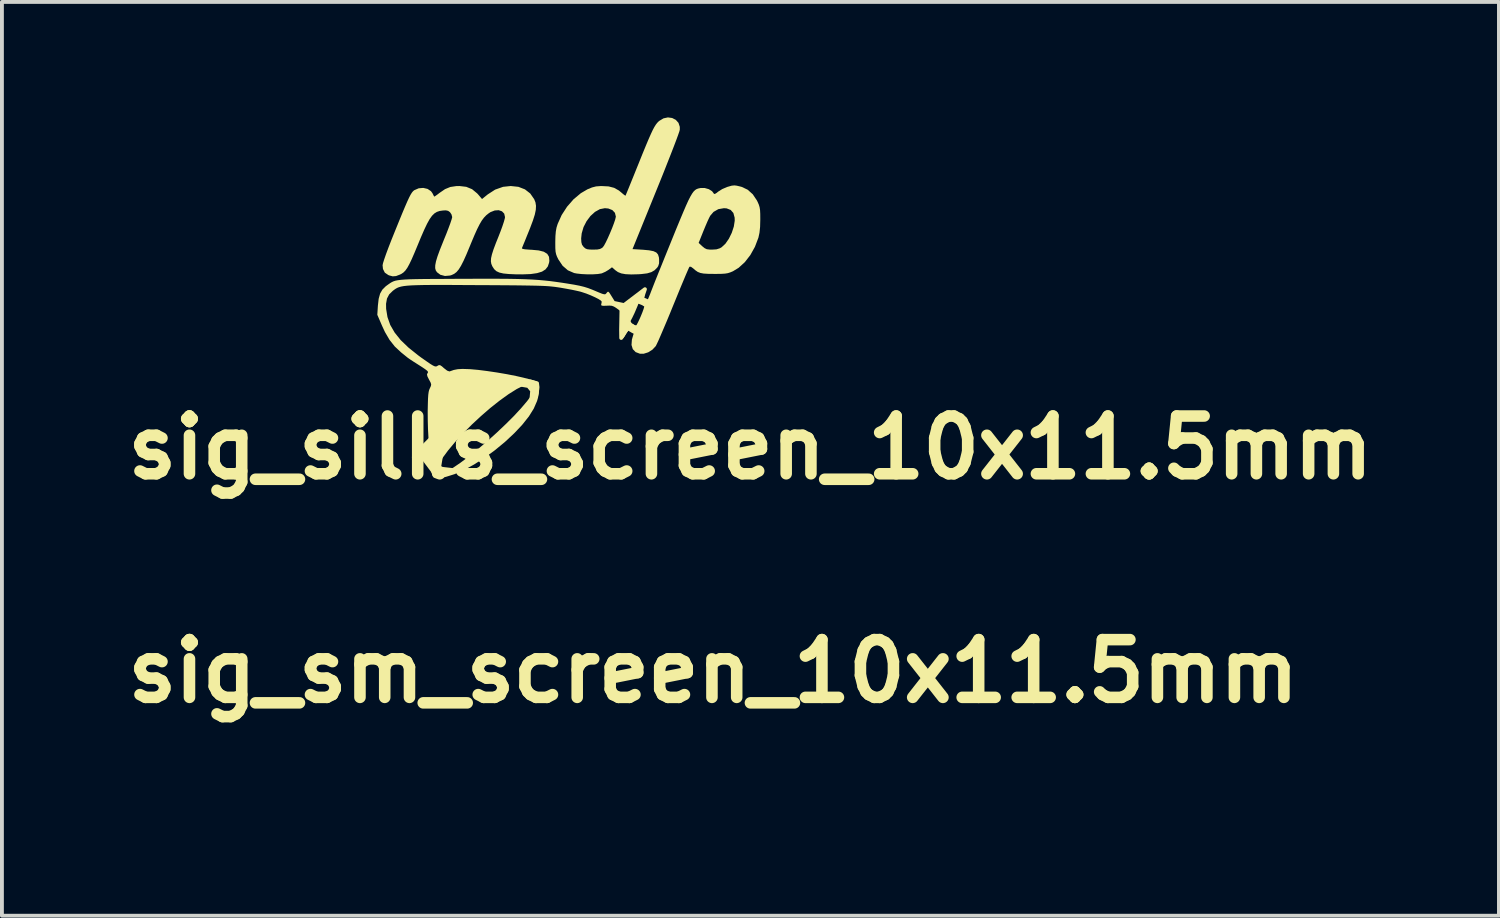
<source format=kicad_pcb>
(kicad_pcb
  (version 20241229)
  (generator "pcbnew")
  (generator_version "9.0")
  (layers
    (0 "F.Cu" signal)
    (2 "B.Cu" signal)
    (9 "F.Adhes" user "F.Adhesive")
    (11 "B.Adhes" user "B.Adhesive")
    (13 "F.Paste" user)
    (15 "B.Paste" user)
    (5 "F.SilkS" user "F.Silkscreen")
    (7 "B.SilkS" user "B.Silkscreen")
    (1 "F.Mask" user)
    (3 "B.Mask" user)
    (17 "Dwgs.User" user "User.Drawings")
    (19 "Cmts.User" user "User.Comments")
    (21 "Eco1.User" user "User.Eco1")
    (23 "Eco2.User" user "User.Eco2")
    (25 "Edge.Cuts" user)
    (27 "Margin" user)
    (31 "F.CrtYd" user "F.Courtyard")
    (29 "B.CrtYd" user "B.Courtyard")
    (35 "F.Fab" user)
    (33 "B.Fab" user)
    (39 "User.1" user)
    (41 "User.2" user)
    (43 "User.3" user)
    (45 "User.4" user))
  (footprint "sig_silks_screen_10x11.5mm"
    (layer "F.Cu")
    (at 11.763 5.748)
    (property "Reference" "sig_silks_screen_10x11.5mm" (at 4.68 2.83 0) (layer "F.SilkS") (effects (font (size 1.5 1.5) (thickness 0.3))))
    (attr board_only exclude_from_pos_files exclude_from_bom)
    (fp_poly (pts (xy -1.31 1.19) (xy -1.089 1.229) (xy -0.99 1.35) (xy -1.01 1.59) (xy -0.889 1.329) (xy -1.039 1.119)) (stroke (width 0.1) (type solid)) (fill yes) (layer "F.SilkS"))
    (fp_poly (pts (xy -3.36 3.06) (xy -3.41 3.36) (xy -3.301 3.383) (xy -2.98 3.42) (xy -3.3 3.54) (xy -3.54 3.516) (xy -3.551 3.467)) (stroke (width 0.1) (type solid)) (fill yes) (layer "F.SilkS"))
    (fp_poly (pts (xy -0.863 1.157) (xy -0.85 1.26) (xy -0.886 1.482) (xy -0.914 1.344) (xy -0.976 1.202) (xy -1.014 1.167) (xy -1.284 1.124) (xy -1.026 1.112)) (stroke (width 0.1) (type solid)) (fill yes) (layer "F.SilkS"))
    (fp_poly (pts (xy 1.33 -0.76) (xy 1.32 -0.233) (xy 1.323 -0.019) (xy 1.46 -0.23) (xy 1.5 -0.27) (xy 1.626 -0.196) (xy 1.76 -0.13) (xy 1.78 -0.28) (xy 1.661 -0.302) (xy 1.57 -0.36) (xy 1.55 -0.38)) (stroke (width 0.1) (type solid)) (fill yes) (layer "F.SilkS"))
    (fp_poly (pts (xy 1.94 -1.286) (xy 1.38 -0.86) (xy 1.6 -0.7) (xy 1.72 -0.97) (xy 1.866 -0.964) (xy 1.972 -0.88) (xy 2.086 -0.804) (xy 2.106 -0.924) (xy 1.99 -0.98) (xy 1.9 -1.02) (xy 1.83 -0.96)) (stroke (width 0.1) (type solid)) (fill yes) (layer "F.SilkS"))
    (fp_poly (pts (xy 2.647 -5.733) (xy 2.741 -5.685) (xy 2.811 -5.607) (xy 2.845 -5.504) (xy 2.845 -5.428) (xy 2.833 -5.383) (xy 2.802 -5.293) (xy 2.754 -5.162) (xy 2.691 -4.996) (xy 2.615 -4.8) (xy 2.527 -4.577) (xy 2.431 -4.333) (xy 2.326 -4.072) (xy 2.224 -3.821) (xy 1.617 -2.327) (xy 1.887 -2.311) (xy 2.047 -2.296) (xy 2.16 -2.274) (xy 2.235 -2.239) (xy 2.28 -2.186) (xy 2.303 -2.111) (xy 2.308 -2.054) (xy 2.307 -1.956) (xy 2.284 -1.885) (xy 2.259 -1.848) (xy 2.19 -1.778) (xy 2.106 -1.729) (xy 1.996 -1.697) (xy 1.848 -1.679) (xy 1.772 -1.674) (xy 1.582 -1.669) (xy 1.436 -1.676) (xy 1.325 -1.696) (xy 1.238 -1.731) (xy 1.173 -1.777) (xy 1.084 -1.855) (xy 0.994 -1.788) (xy 0.909 -1.737) (xy 0.82 -1.698) (xy 0.808 -1.695) (xy 0.715 -1.68) (xy 0.586 -1.672) (xy 0.44 -1.672) (xy 0.295 -1.679) (xy 0.168 -1.693) (xy 0.1 -1.706) (xy -0.063 -1.777) (xy -0.199 -1.895) (xy -0.309 -2.059) (xy -0.309 -2.059) (xy -0.345 -2.132) (xy -0.368 -2.195) (xy -0.382 -2.262) (xy -0.388 -2.349) (xy -0.389 -2.47) (xy -0.389 -2.514) (xy -0.387 -2.605) (xy 0.283 -2.605) (xy 0.288 -2.508) (xy 0.305 -2.442) (xy 0.343 -2.389) (xy 0.348 -2.383) (xy 0.39 -2.346) (xy 0.437 -2.325) (xy 0.506 -2.316) (xy 0.595 -2.314) (xy 0.701 -2.317) (xy 0.771 -2.33) (xy 0.822 -2.356) (xy 0.845 -2.375) (xy 0.878 -2.42) (xy 0.924 -2.505) (xy 0.977 -2.616) (xy 1.033 -2.743) (xy 1.087 -2.873) (xy 1.133 -2.994) (xy 1.167 -3.095) (xy 1.183 -3.163) (xy 1.184 -3.173) (xy 1.16 -3.27) (xy 1.093 -3.341) (xy 0.988 -3.382) (xy 0.898 -3.39) (xy 0.769 -3.365) (xy 0.642 -3.294) (xy 0.525 -3.188) (xy 0.424 -3.053) (xy 0.345 -2.9) (xy 0.297 -2.736) (xy 0.283 -2.605) (xy -0.387 -2.605) (xy -0.385 -2.669) (xy -0.375 -2.787) (xy -0.357 -2.886) (xy -0.327 -2.982) (xy -0.223 -3.213) (xy -0.082 -3.43) (xy 0.086 -3.622) (xy 0.274 -3.779) (xy 0.446 -3.88) (xy 0.565 -3.929) (xy 0.67 -3.956) (xy 0.79 -3.965) (xy 0.817 -3.965) (xy 0.995 -3.956) (xy 1.139 -3.919) (xy 1.262 -3.85) (xy 1.323 -3.8) (xy 1.383 -3.749) (xy 1.424 -3.719) (xy 1.436 -3.716) (xy 1.447 -3.743) (xy 1.476 -3.813) (xy 1.521 -3.922) (xy 1.578 -4.063) (xy 1.646 -4.23) (xy 1.721 -4.417) (xy 1.774 -4.547) (xy 1.876 -4.801) (xy 1.962 -5.01) (xy 2.033 -5.179) (xy 2.092 -5.313) (xy 2.141 -5.418) (xy 2.183 -5.497) (xy 2.221 -5.558) (xy 2.256 -5.604) (xy 2.292 -5.641) (xy 2.312 -5.658) (xy 2.422 -5.724) (xy 2.537 -5.748)) (stroke (width 0) (type solid)) (fill yes) (layer "F.SilkS"))
    (fp_poly (pts (xy -1.347 -3.945) (xy -1.177 -3.879) (xy -1.04 -3.772) (xy -0.937 -3.624) (xy -0.904 -3.541) (xy -0.89 -3.452) (xy -0.895 -3.349) (xy -0.921 -3.224) (xy -0.97 -3.07) (xy -1.042 -2.878) (xy -1.074 -2.798) (xy -1.131 -2.658) (xy -1.181 -2.533) (xy -1.222 -2.435) (xy -1.248 -2.371) (xy -1.256 -2.351) (xy -1.24 -2.334) (xy -1.178 -2.322) (xy -1.066 -2.313) (xy -1.002 -2.31) (xy -0.82 -2.293) (xy -0.687 -2.259) (xy -0.598 -2.204) (xy -0.552 -2.127) (xy -0.543 -2.024) (xy -0.55 -1.975) (xy -0.583 -1.877) (xy -0.643 -1.8) (xy -0.734 -1.742) (xy -0.862 -1.703) (xy -1.03 -1.679) (xy -1.243 -1.671) (xy -1.409 -1.672) (xy -1.595 -1.68) (xy -1.737 -1.694) (xy -1.842 -1.718) (xy -1.919 -1.754) (xy -1.976 -1.806) (xy -2.021 -1.875) (xy -2.026 -1.884) (xy -2.051 -1.945) (xy -2.062 -2.012) (xy -2.057 -2.092) (xy -2.034 -2.193) (xy -1.993 -2.322) (xy -1.931 -2.487) (xy -1.87 -2.638) (xy -1.812 -2.786) (xy -1.762 -2.923) (xy -1.724 -3.038) (xy -1.701 -3.122) (xy -1.695 -3.158) (xy -1.716 -3.249) (xy -1.774 -3.309) (xy -1.859 -3.338) (xy -1.962 -3.331) (xy -2.072 -3.288) (xy -2.119 -3.257) (xy -2.183 -3.206) (xy -2.241 -3.145) (xy -2.298 -3.069) (xy -2.356 -2.97) (xy -2.42 -2.843) (xy -2.493 -2.68) (xy -2.579 -2.475) (xy -2.609 -2.402) (xy -2.697 -2.19) (xy -2.772 -2.023) (xy -2.838 -1.894) (xy -2.897 -1.799) (xy -2.955 -1.731) (xy -3.015 -1.685) (xy -3.081 -1.654) (xy -3.123 -1.641) (xy -3.255 -1.629) (xy -3.375 -1.661) (xy -3.461 -1.726) (xy -3.493 -1.773) (xy -3.509 -1.832) (xy -3.507 -1.909) (xy -3.488 -2.009) (xy -3.449 -2.138) (xy -3.389 -2.303) (xy -3.307 -2.508) (xy -3.286 -2.561) (xy -3.22 -2.722) (xy -3.163 -2.87) (xy -3.116 -2.997) (xy -3.084 -3.093) (xy -3.068 -3.151) (xy -3.067 -3.16) (xy -3.086 -3.23) (xy -3.124 -3.286) (xy -3.172 -3.321) (xy -3.232 -3.334) (xy -3.309 -3.33) (xy -3.392 -3.318) (xy -3.464 -3.294) (xy -3.529 -3.254) (xy -3.591 -3.193) (xy -3.653 -3.106) (xy -3.719 -2.987) (xy -3.793 -2.832) (xy -3.879 -2.635) (xy -3.959 -2.441) (xy -4.047 -2.23) (xy -4.119 -2.064) (xy -4.18 -1.937) (xy -4.233 -1.841) (xy -4.282 -1.772) (xy -4.331 -1.722) (xy -4.383 -1.686) (xy -4.421 -1.667) (xy -4.526 -1.627) (xy -4.612 -1.62) (xy -4.7 -1.643) (xy -4.727 -1.654) (xy -4.817 -1.716) (xy -4.865 -1.811) (xy -4.875 -1.908) (xy -4.864 -1.962) (xy -4.833 -2.061) (xy -4.784 -2.202) (xy -4.718 -2.379) (xy -4.636 -2.589) (xy -4.546 -2.812) (xy -4.444 -3.063) (xy -4.36 -3.268) (xy -4.29 -3.434) (xy -4.234 -3.563) (xy -4.188 -3.662) (xy -4.15 -3.736) (xy -4.118 -3.788) (xy -4.09 -3.824) (xy -4.063 -3.849) (xy -4.048 -3.859) (xy -3.937 -3.907) (xy -3.818 -3.917) (xy -3.707 -3.891) (xy -3.618 -3.832) (xy -3.579 -3.778) (xy -3.551 -3.722) (xy -3.535 -3.691) (xy -3.535 -3.691) (xy -3.513 -3.701) (xy -3.46 -3.738) (xy -3.393 -3.789) (xy -3.253 -3.885) (xy -3.116 -3.941) (xy -2.962 -3.964) (xy -2.879 -3.966) (xy -2.701 -3.945) (xy -2.55 -3.883) (xy -2.418 -3.774) (xy -2.386 -3.739) (xy -2.292 -3.628) (xy -2.144 -3.748) (xy -1.952 -3.872) (xy -1.745 -3.945) (xy -1.547 -3.966)) (stroke (width 0) (type solid)) (fill yes) (layer "F.SilkS"))
    (fp_poly (pts (xy 4.323 -3.975) (xy 4.409 -3.955) (xy 4.457 -3.942) (xy 4.608 -3.87) (xy 4.741 -3.751) (xy 4.848 -3.591) (xy 4.867 -3.553) (xy 4.898 -3.482) (xy 4.918 -3.416) (xy 4.93 -3.341) (xy 4.935 -3.242) (xy 4.936 -3.105) (xy 4.936 -3.094) (xy 4.931 -2.902) (xy 4.915 -2.751) (xy 4.888 -2.627) (xy 4.887 -2.623) (xy 4.797 -2.387) (xy 4.677 -2.172) (xy 4.534 -1.988) (xy 4.374 -1.842) (xy 4.226 -1.752) (xy 4.157 -1.723) (xy 4.094 -1.703) (xy 4.023 -1.691) (xy 3.93 -1.685) (xy 3.802 -1.683) (xy 3.74 -1.683) (xy 3.582 -1.685) (xy 3.465 -1.692) (xy 3.379 -1.708) (xy 3.311 -1.735) (xy 3.25 -1.777) (xy 3.195 -1.825) (xy 3.136 -1.868) (xy 3.098 -1.87) (xy 3.096 -1.868) (xy 3.081 -1.839) (xy 3.048 -1.764) (xy 2.999 -1.651) (xy 2.938 -1.505) (xy 2.865 -1.331) (xy 2.785 -1.135) (xy 2.698 -0.922) (xy 2.678 -0.874) (xy 2.589 -0.655) (xy 2.503 -0.448) (xy 2.423 -0.26) (xy 2.353 -0.096) (xy 2.295 0.038) (xy 2.25 0.134) (xy 2.223 0.188) (xy 2.221 0.192) (xy 2.135 0.284) (xy 2.024 0.354) (xy 1.906 0.391) (xy 1.812 0.391) (xy 1.698 0.348) (xy 1.624 0.271) (xy 1.591 0.163) (xy 1.601 0.024) (xy 1.633 -0.087) (xy 1.66 -0.169) (xy 1.665 -0.214) (xy 1.646 -0.236) (xy 1.603 -0.246) (xy 1.55 -0.256) (xy 1.502 -0.204) (xy 1.46 -0.15) (xy 1.41 -0.06) (xy 1.375 -0.014) (xy 1.343 -0.019) (xy 1.328 -0.061) (xy 1.333 -0.134) (xy 1.36 -0.233) (xy 1.398 -0.324) (xy 1.432 -0.401) (xy 1.6 -0.39) (xy 1.636 -0.371) (xy 1.651 -0.363) (xy 1.7 -0.34) (xy 1.702 -0.33) (xy 1.722 -0.356) (xy 1.758 -0.422) (xy 1.802 -0.515) (xy 1.83 -0.579) (xy 1.873 -0.684) (xy 1.904 -0.77) (xy 1.92 -0.826) (xy 1.92 -0.84) (xy 1.885 -0.858) (xy 1.87 -0.87) (xy 1.77 -0.91) (xy 1.756 -0.87) (xy 1.685 -0.702) (xy 1.668 -0.663) (xy 1.61 -0.542) (xy 1.55 -0.43) (xy 1.59 -0.391) (xy 1.432 -0.401) (xy 1.439 -0.417) (xy 1.468 -0.495) (xy 1.48 -0.542) (xy 1.48 -0.542) (xy 1.459 -0.578) (xy 1.405 -0.633) (xy 1.326 -0.7) (xy 1.291 -0.727) (xy 1.199 -0.794) (xy 1.133 -0.835) (xy 1.079 -0.855) (xy 1.02 -0.86) (xy 0.948 -0.857) (xy 0.86 -0.854) (xy 0.815 -0.86) (xy 0.802 -0.878) (xy 0.804 -0.888) (xy 0.815 -0.947) (xy 0.817 -0.963) (xy 0.795 -0.99) (xy 0.734 -1.03) (xy 0.642 -1.077) (xy 0.533 -1.126) (xy 0.415 -1.173) (xy 0.3 -1.211) (xy 0.256 -1.224) (xy 0.165 -1.245) (xy 0.038 -1.272) (xy -0.108 -1.299) (xy -0.256 -1.325) (xy -0.328 -1.336) (xy -0.398 -1.346) (xy -0.471 -1.354) (xy -0.55 -1.362) (xy -0.642 -1.368) (xy -0.75 -1.373) (xy -0.879 -1.377) (xy -1.033 -1.38) (xy -1.218 -1.383) (xy -1.437 -1.386) (xy -1.696 -1.388) (xy -1.998 -1.39) (xy -2.349 -1.392) (xy -2.412 -1.392) (xy -2.787 -1.394) (xy -3.111 -1.396) (xy -3.39 -1.396) (xy -3.627 -1.396) (xy -3.826 -1.394) (xy -3.992 -1.39) (xy -4.127 -1.385) (xy -4.237 -1.377) (xy -4.325 -1.367) (xy -4.395 -1.354) (xy -4.451 -1.338) (xy -4.497 -1.319) (xy -4.537 -1.296) (xy -4.576 -1.269) (xy -4.61 -1.243) (xy -4.704 -1.151) (xy -4.761 -1.043) (xy -4.785 -0.907) (xy -4.783 -0.775) (xy -4.748 -0.561) (xy -4.676 -0.357) (xy -4.562 -0.16) (xy -4.405 0.036) (xy -4.2 0.233) (xy -3.947 0.435) (xy -3.864 0.496) (xy -3.731 0.589) (xy -3.635 0.655) (xy -3.568 0.696) (xy -3.522 0.717) (xy -3.49 0.722) (xy -3.465 0.715) (xy -3.451 0.706) (xy -3.413 0.686) (xy -3.379 0.689) (xy -3.333 0.719) (xy -3.28 0.766) (xy -3.197 0.83) (xy -3.14 0.85) (xy -3.126 0.847) (xy -3.026 0.812) (xy -2.923 0.792) (xy -2.801 0.785) (xy -2.645 0.79) (xy -2.598 0.792) (xy -2.395 0.81) (xy -2.158 0.84) (xy -1.902 0.878) (xy -1.645 0.922) (xy -1.403 0.97) (xy -1.227 1.01) (xy -1.067 1.051) (xy -0.955 1.084) (xy -0.884 1.11) (xy -0.849 1.132) (xy -0.845 1.153) (xy -0.846 1.155) (xy -0.843 1.19) (xy -0.835 1.197) (xy -0.814 1.238) (xy -0.808 1.318) (xy -0.817 1.422) (xy -0.839 1.537) (xy -0.863 1.62) (xy -0.948 1.815) (xy -1.075 2.019) (xy -1.247 2.235) (xy -1.45 2.451) (xy -1.697 2.682) (xy -1.959 2.898) (xy -2.228 3.094) (xy -2.496 3.266) (xy -2.756 3.409) (xy -3.001 3.517) (xy -3.224 3.587) (xy -3.251 3.593) (xy -3.369 3.617) (xy -3.448 3.629) (xy -3.498 3.628) (xy -3.534 3.614) (xy -3.557 3.599) (xy -3.583 3.556) (xy -3.587 3.535) (xy -3.552 3.535) (xy -3.529 3.553) (xy -3.471 3.551) (xy -3.389 3.531) (xy -3.296 3.497) (xy -3.24 3.47) (xy -3.061 3.364) (xy -2.855 3.224) (xy -2.63 3.055) (xy -2.393 2.864) (xy -2.151 2.658) (xy -1.912 2.443) (xy -1.682 2.225) (xy -1.468 2.012) (xy -1.279 1.808) (xy -1.12 1.621) (xy -1.003 1.462) (xy -0.937 1.343) (xy -0.916 1.251) (xy -0.937 1.191) (xy -0.998 1.165) (xy -1.097 1.176) (xy -1.199 1.211) (xy -1.391 1.308) (xy -1.606 1.443) (xy -1.836 1.609) (xy -2.076 1.799) (xy -2.318 2.009) (xy -2.556 2.23) (xy -2.782 2.458) (xy -2.992 2.685) (xy -3.176 2.906) (xy -3.33 3.114) (xy -3.446 3.303) (xy -3.472 3.354) (xy -3.512 3.439) (xy -3.541 3.504) (xy -3.552 3.535) (xy -3.552 3.535) (xy -3.587 3.535) (xy -3.602 3.471) (xy -3.616 3.339) (xy -3.616 3.336) (xy -3.626 3.22) (xy -3.639 3.069) (xy -3.654 2.902) (xy -3.67 2.739) (xy -3.671 2.731) (xy -3.684 2.562) (xy -3.695 2.36) (xy -3.701 2.145) (xy -3.703 1.936) (xy -3.703 1.87) (xy -3.699 1.689) (xy -3.695 1.553) (xy -3.688 1.453) (xy -3.678 1.381) (xy -3.664 1.327) (xy -3.647 1.287) (xy -3.62 1.229) (xy -3.613 1.186) (xy -3.628 1.138) (xy -3.668 1.064) (xy -3.669 1.062) (xy -3.71 0.98) (xy -3.722 0.929) (xy -3.709 0.897) (xy -3.696 0.877) (xy -3.698 0.856) (xy -3.72 0.83) (xy -3.769 0.792) (xy -3.85 0.737) (xy -3.971 0.66) (xy -3.982 0.653) (xy -4.078 0.592) (xy -4.16 0.538) (xy -4.214 0.501) (xy -4.224 0.493) (xy -4.266 0.459) (xy -4.334 0.404) (xy -4.396 0.354) (xy -4.558 0.203) (xy -4.694 0.031) (xy -4.814 -0.174) (xy -4.886 -0.329) (xy -5.012 -0.621) (xy -4.997 -0.859) (xy -4.977 -1.035) (xy -4.94 -1.17) (xy -4.881 -1.274) (xy -4.794 -1.361) (xy -4.759 -1.387) (xy -4.713 -1.42) (xy -4.672 -1.448) (xy -4.633 -1.471) (xy -4.59 -1.491) (xy -4.54 -1.507) (xy -4.478 -1.519) (xy -4.399 -1.529) (xy -4.3 -1.537) (xy -4.175 -1.543) (xy -4.02 -1.547) (xy -3.831 -1.55) (xy -3.603 -1.552) (xy -3.332 -1.553) (xy -3.013 -1.555) (xy -2.866 -1.556) (xy -2.481 -1.557) (xy -2.145 -1.558) (xy -1.851 -1.557) (xy -1.594 -1.555) (xy -1.369 -1.551) (xy -1.17 -1.545) (xy -0.992 -1.537) (xy -0.828 -1.526) (xy -0.673 -1.512) (xy -0.522 -1.496) (xy -0.369 -1.476) (xy -0.209 -1.453) (xy -0.094 -1.435) (xy 0.091 -1.405) (xy 0.237 -1.377) (xy 0.356 -1.348) (xy 0.463 -1.315) (xy 0.572 -1.273) (xy 0.632 -1.248) (xy 0.751 -1.198) (xy 0.829 -1.167) (xy 0.879 -1.154) (xy 0.909 -1.155) (xy 0.93 -1.171) (xy 0.944 -1.189) (xy 0.97 -1.217) (xy 0.991 -1.22) (xy 1.019 -1.189) (xy 1.063 -1.12) (xy 1.069 -1.11) (xy 1.152 -0.977) (xy 1.379 -0.929) (xy 1.486 -0.908) (xy 1.574 -0.895) (xy 1.63 -0.89) (xy 1.639 -0.892) (xy 1.665 -0.919) (xy 1.706 -0.983) (xy 1.754 -1.072) (xy 1.77 -1.104) (xy 1.831 -1.214) (xy 1.881 -1.282) (xy 1.918 -1.307) (xy 1.94 -1.286) (xy 1.942 -1.218) (xy 1.942 -1.211) (xy 1.92 -1.07) (xy 1.929 -1.014) (xy 1.935 -0.972) (xy 1.952 -0.956) (xy 1.962 -0.955) (xy 1.99 -0.98) (xy 2.028 -1.048) (xy 2.07 -1.15) (xy 2.073 -1.157) (xy 2.098 -1.223) (xy 2.141 -1.333) (xy 2.199 -1.481) (xy 2.271 -1.661) (xy 2.354 -1.866) (xy 2.445 -2.092) (xy 2.542 -2.332) (xy 2.606 -2.489) (xy 3.335 -2.489) (xy 3.429 -2.401) (xy 3.491 -2.351) (xy 3.548 -2.324) (xy 3.623 -2.315) (xy 3.682 -2.314) (xy 3.797 -2.321) (xy 3.883 -2.348) (xy 3.931 -2.375) (xy 4.03 -2.467) (xy 4.12 -2.597) (xy 4.195 -2.75) (xy 4.248 -2.911) (xy 4.272 -3.064) (xy 4.27 -3.144) (xy 4.237 -3.265) (xy 4.168 -3.344) (xy 4.063 -3.385) (xy 3.991 -3.39) (xy 3.846 -3.365) (xy 3.722 -3.294) (xy 3.636 -3.194) (xy 3.605 -3.135) (xy 3.561 -3.04) (xy 3.51 -2.921) (xy 3.459 -2.798) (xy 3.335 -2.489) (xy 2.606 -2.489) (xy 2.633 -2.556) (xy 2.751 -2.847) (xy 2.852 -3.091) (xy 2.937 -3.294) (xy 3.008 -3.459) (xy 3.068 -3.591) (xy 3.12 -3.693) (xy 3.165 -3.769) (xy 3.205 -3.824) (xy 3.244 -3.862) (xy 3.282 -3.886) (xy 3.323 -3.901) (xy 3.369 -3.911) (xy 3.386 -3.914) (xy 3.494 -3.914) (xy 3.599 -3.884) (xy 3.683 -3.831) (xy 3.715 -3.79) (xy 3.734 -3.762) (xy 3.759 -3.761) (xy 3.803 -3.788) (xy 3.845 -3.822) (xy 3.947 -3.886) (xy 4.071 -3.94) (xy 4.193 -3.975) (xy 4.264 -3.982)) (stroke (width 0) (type solid)) (fill yes) (layer "F.SilkS")))
  (footprint "sig_sm_screen_10x11.5mm"
    (layer "F.Cu")
    (at 15.479 14.386)
    (property "Reference" "sig_sm_screen_10x11.5mm" (at 0 0 0) (layer "F.SilkS") (effects (font (size 1.5 1.5) (thickness 0.3))))
    (attr board_only exclude_from_pos_files exclude_from_bom)
    (fp_poly (pts (xy -1.36 1.49) (xy -1.5 1.54) (xy -1.69 1.55) (xy -1.06 1.2) (xy -0.68 0.85) (xy -0.9 1.19)) (stroke (width 0.1) (type solid)) (fill yes) (layer "F.Mask"))
    (fp_poly (pts (xy -0.8 0.96) (xy -0.53 0.64) (xy -0.47 0.54) (xy -0.45 0.49) (xy -0.44 0.49) (xy -0.44 0.66) (xy -0.54 0.83) (xy -0.88 1.17)) (stroke (width 0.1) (type solid)) (fill yes) (layer "F.Mask"))
    (fp_poly (pts (xy -0.08 1.69) (xy 0.225 1.932) (xy 0.486 2.179) (xy 0.75 2.479) (xy 0.855 2.632) (xy 0.862 2.655) (xy 0.854 2.661) (xy 0.39 2.21) (xy -0.02 1.75) (xy 0.06 1.83)) (stroke (width 0.1) (type solid)) (fill yes) (layer "F.Mask"))
    (fp_poly (pts (xy -0.964 2.366) (xy -1.03 2.23) (xy -0.55 3.18) (xy -0.5 3.28) (xy -0.5 3.3) (xy -0.58 3.22) (xy -0.63 3.15) (xy -0.73 2.96) (xy -0.89 2.62) (xy -1 2.36) (xy -1.04 2.19)) (stroke (width 0.1) (type solid)) (fill yes) (layer "F.Mask"))
    (fp_poly (pts (xy 1.695 1.474) (xy 0.403 0.887) (xy 0.398 0.874) (xy 0.417 0.872) (xy 0.84 1) (xy 1.377 1.24) (xy 1.561 1.344) (xy 1.675 1.426) (xy 1.708 1.48) (xy 1.659 1.458) (xy 1.602 1.433) (xy 1.615 1.442)) (stroke (width 0.1) (type solid)) (fill yes) (layer "F.Mask"))
    (fp_poly (pts (xy -0.492 0.494) (xy -0.477 0.52) (xy -0.477 0.52) (xy -0.461 0.578) (xy -0.467 0.65) (xy -0.493 0.732) (xy -0.54 0.824) (xy -0.604 0.923) (xy -0.687 1.026) (xy -0.785 1.132) (xy -0.791 1.138) (xy -0.913 1.251) (xy -1.031 1.342) (xy -1.151 1.419) (xy -1.218 1.454) (xy -1.285 1.486) (xy -1.338 1.507) (xy -1.387 1.519) (xy -1.44 1.525) (xy -1.444 1.525) (xy -1.492 1.527) (xy -1.527 1.527) (xy -1.542 1.524) (xy -1.542 1.524) (xy -1.531 1.513) (xy -1.502 1.495) (xy -1.476 1.482) (xy -1.395 1.434) (xy -1.299 1.368) (xy -1.193 1.288) (xy -1.082 1.195) (xy -0.968 1.094) (xy -0.855 0.987) (xy -0.804 0.936) (xy -0.697 0.822) (xy -0.613 0.723) (xy -0.552 0.639) (xy -0.514 0.57) (xy -0.5 0.516) (xy -0.5 0.511) (xy -0.498 0.492)) (stroke (width 0) (type solid)) (fill yes) (layer "F.Mask")))
  (gr_rect
    (start -3 -3)
    (end 35.886 20.736)
    (stroke (width 0.1) (type default))
    (fill no)
    (layer "Edge.Cuts")))
</source>
